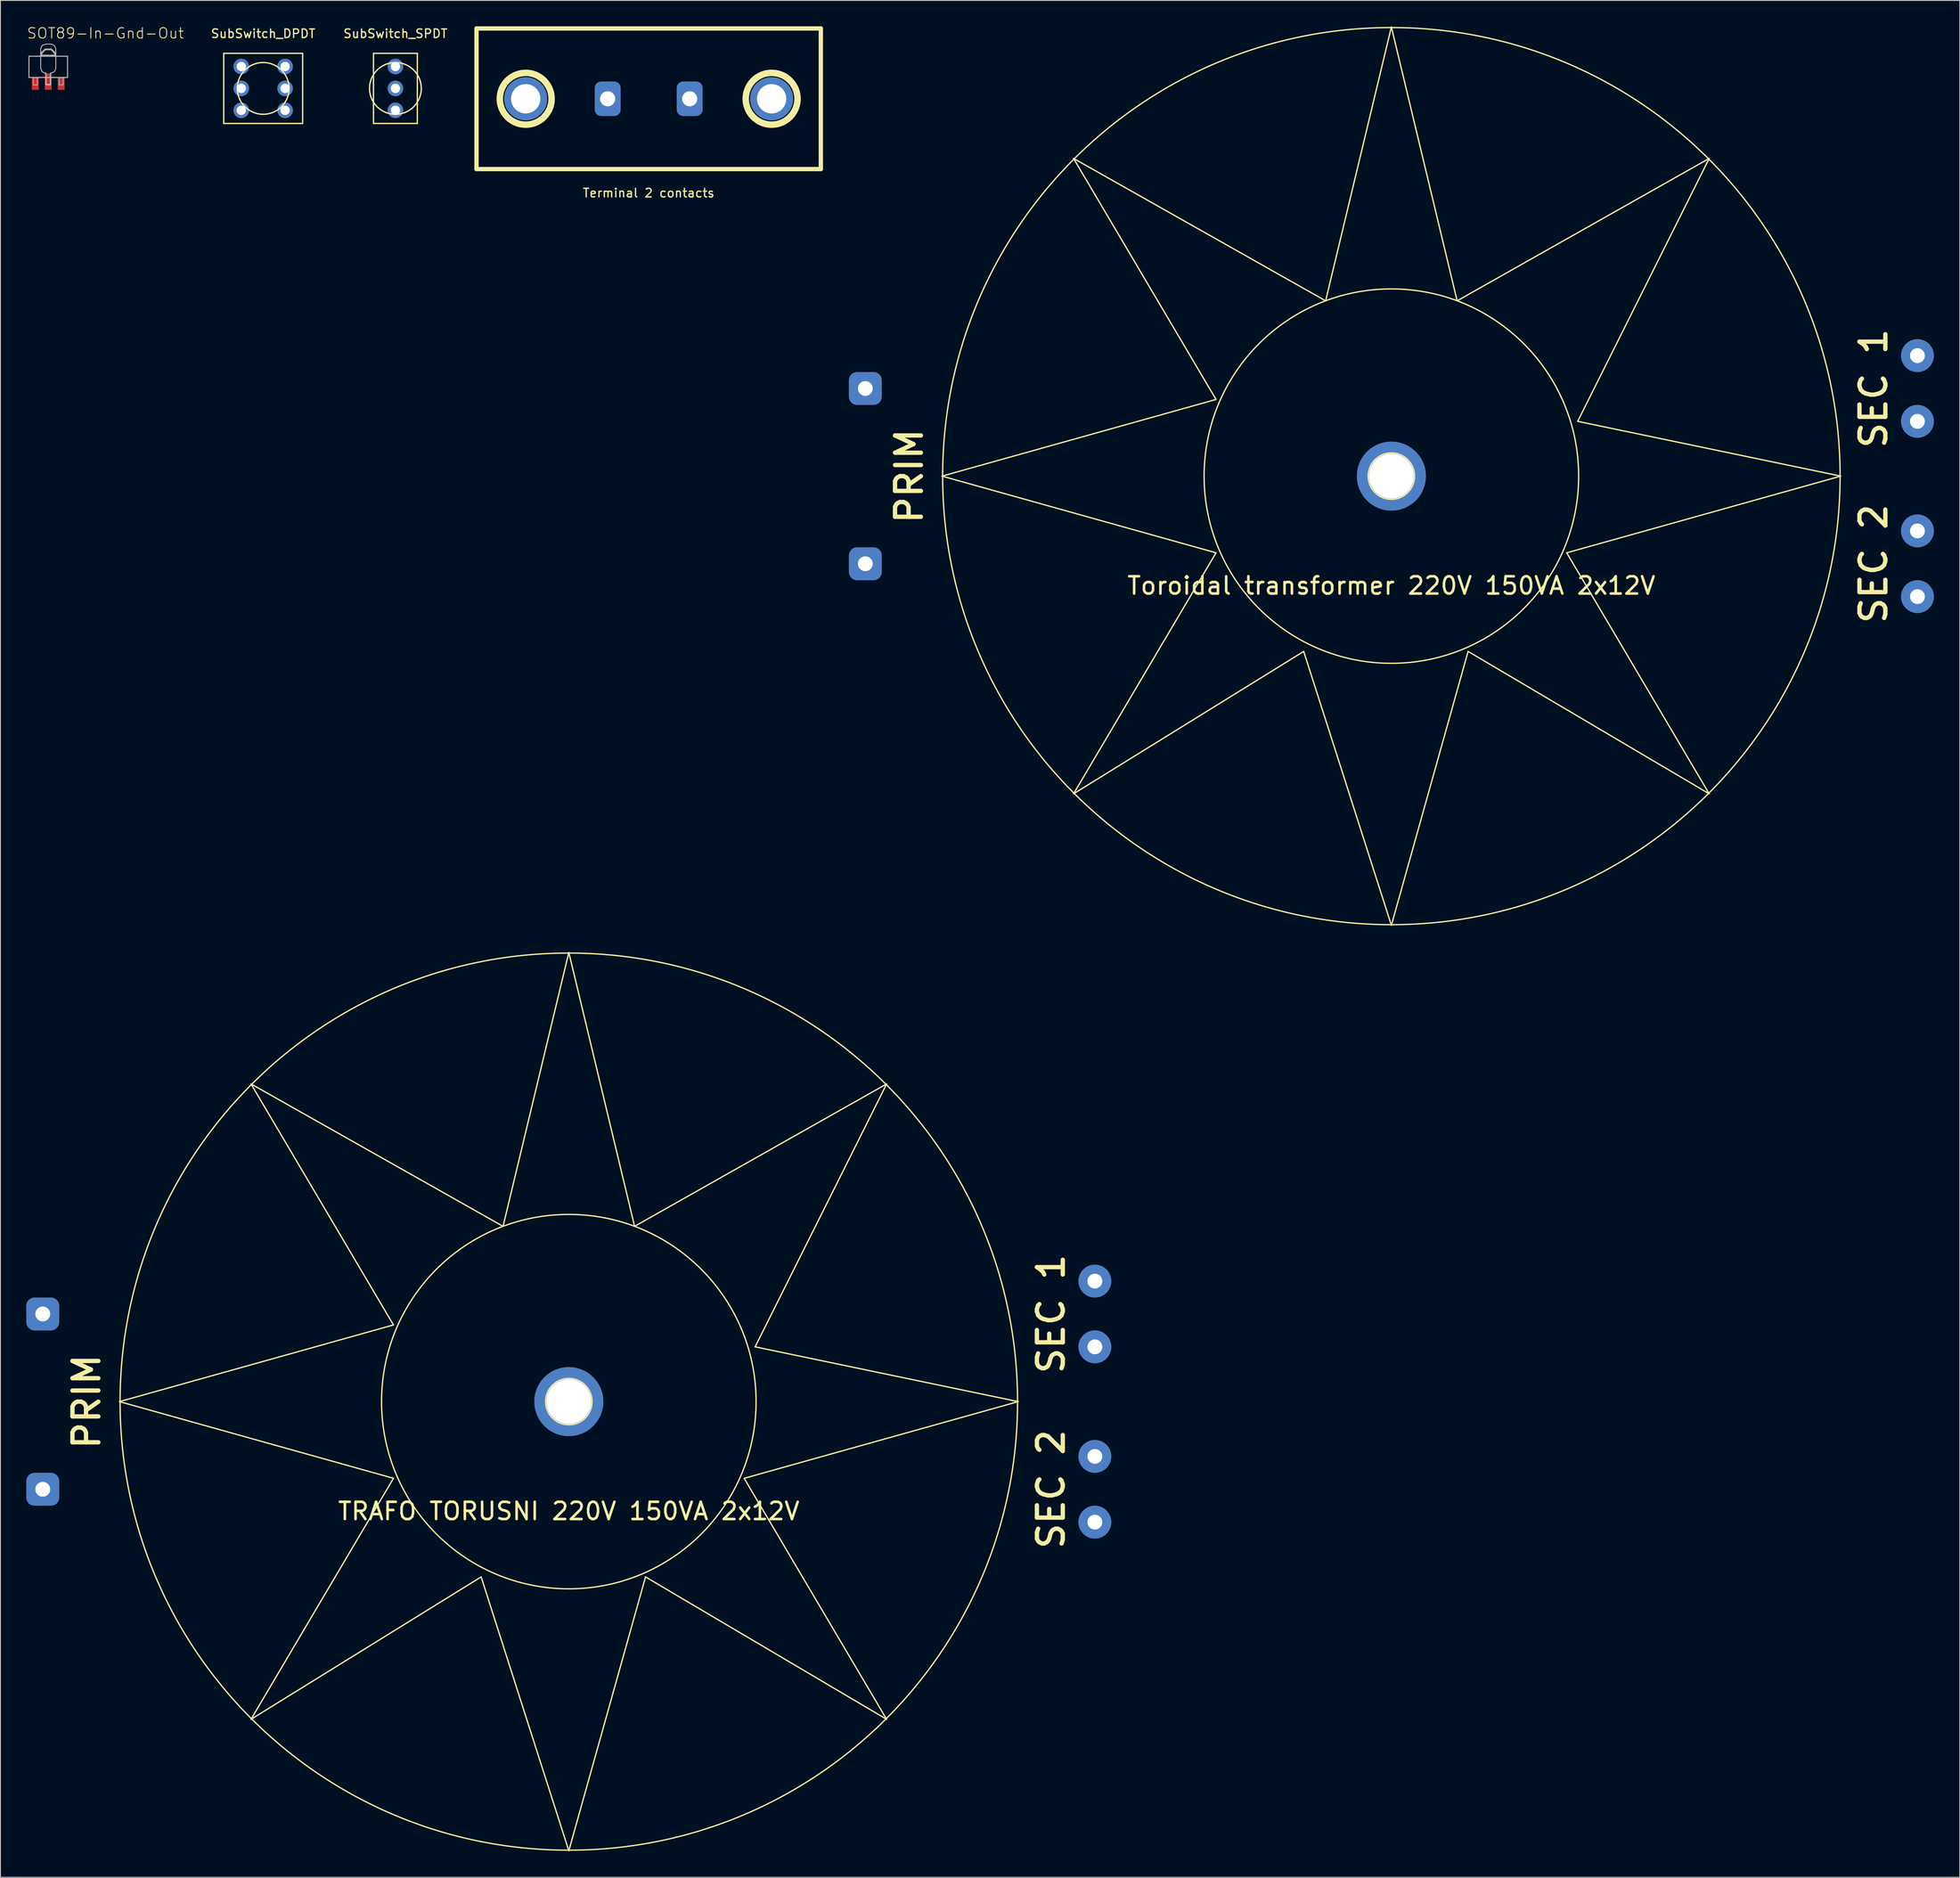
<source format=kicad_pcb>
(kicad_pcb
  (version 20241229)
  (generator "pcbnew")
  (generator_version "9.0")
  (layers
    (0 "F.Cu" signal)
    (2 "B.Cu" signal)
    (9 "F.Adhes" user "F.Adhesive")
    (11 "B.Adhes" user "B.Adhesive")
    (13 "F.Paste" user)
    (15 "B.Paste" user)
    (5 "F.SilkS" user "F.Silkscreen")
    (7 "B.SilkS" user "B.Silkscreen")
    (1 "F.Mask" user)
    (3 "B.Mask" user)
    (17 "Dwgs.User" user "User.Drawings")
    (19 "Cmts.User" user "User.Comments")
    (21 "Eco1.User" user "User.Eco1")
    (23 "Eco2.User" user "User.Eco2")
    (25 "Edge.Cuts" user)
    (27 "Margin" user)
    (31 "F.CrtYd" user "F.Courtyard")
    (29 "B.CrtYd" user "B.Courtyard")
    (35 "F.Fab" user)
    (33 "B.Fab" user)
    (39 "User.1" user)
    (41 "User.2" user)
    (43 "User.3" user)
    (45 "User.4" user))
  (footprint "Toroidal transformer 220V 150VA 2x12V"
    (layer "F.Cu")
    (at 158.184 52.145)
    (property "Reference" "Toroidal transformer 220V 150VA 2x12V" (at 0 12.7 0) (layer "F.SilkS") (effects (font (size 2 2) (thickness 0.3))))
    (attr through_hole)
    (fp_line (start -52.07 0) (end -20.32 8.89) (stroke (width 0.15) (type solid)) (layer "F.SilkS"))
    (fp_line (start -36.83 -36.83) (end -20.32 -8.89) (stroke (width 0.15) (type solid)) (layer "F.SilkS"))
    (fp_line (start -36.83 36.83) (end -10.16 20.32) (stroke (width 0.15) (type solid)) (layer "F.SilkS"))
    (fp_line (start -20.32 -8.89) (end -52.07 0) (stroke (width 0.15) (type solid)) (layer "F.SilkS"))
    (fp_line (start -20.32 8.89) (end -36.83 36.83) (stroke (width 0.15) (type solid)) (layer "F.SilkS"))
    (fp_line (start -10.16 20.32) (end 0 52.07) (stroke (width 0.15) (type solid)) (layer "F.SilkS"))
    (fp_line (start -7.62 -20.32) (end -36.83 -36.83) (stroke (width 0.15) (type solid)) (layer "F.SilkS"))
    (fp_line (start 0 -52.07) (end -7.62 -20.32) (stroke (width 0.15) (type solid)) (layer "F.SilkS"))
    (fp_line (start 0 52.07) (end 8.89 20.32) (stroke (width 0.15) (type solid)) (layer "F.SilkS"))
    (fp_line (start 7.62 -20.32) (end 0 -52.07) (stroke (width 0.15) (type solid)) (layer "F.SilkS"))
    (fp_line (start 8.89 20.32) (end 36.83 36.83) (stroke (width 0.15) (type solid)) (layer "F.SilkS"))
    (fp_line (start 20.32 8.89) (end 52.07 0) (stroke (width 0.15) (type solid)) (layer "F.SilkS"))
    (fp_line (start 21.59 -6.35) (end 36.83 -36.83) (stroke (width 0.15) (type solid)) (layer "F.SilkS"))
    (fp_line (start 36.83 -36.83) (end 7.62 -20.32) (stroke (width 0.15) (type solid)) (layer "F.SilkS"))
    (fp_line (start 36.83 36.83) (end 20.32 8.89) (stroke (width 0.15) (type solid)) (layer "F.SilkS"))
    (fp_line (start 52.07 0) (end 21.59 -6.35) (stroke (width 0.15) (type solid)) (layer "F.SilkS"))
    (fp_circle (center 0 0) (end 1.905 -1.905) (stroke (width 0.15) (type solid)) (fill no) (layer "F.SilkS"))
    (fp_circle (center 0 0) (end 20.32 -7.62) (stroke (width 0.15) (type solid)) (fill no) (layer "F.SilkS"))
    (fp_circle (center 0 0) (end 52 0) (stroke (width 0.15) (type solid)) (fill no) (layer "F.SilkS"))
    (fp_text user "SEC 1" (at 55.88 -10.16 90) (layer "F.SilkS") (effects (font (size 3 3) (thickness 0.5))))
    (fp_text user "SEC 2" (at 55.88 10.16 90) (layer "F.SilkS") (effects (font (size 3 3) (thickness 0.5))))
    (fp_text user "PRIM" (at -55.88 0 90) (layer "F.SilkS") (effects (font (size 3 3) (thickness 0.5))))
    (pad "" np_thru_hole circle (at 0 0) (size 8 8) (drill 5.2) (layers "*.Cu" "*.Mask"))
    (pad "1" thru_hole roundrect (at -60.96 -10.16) (size 3.81 3.81) (drill 1.72) (layers "*.Cu" "*.Mask") (roundrect_rratio 0.25))
    (pad "2" thru_hole roundrect (at -60.96 10.16) (size 3.81 3.81) (drill 1.72) (layers "*.Cu" "*.Mask") (roundrect_rratio 0.25))
    (pad "3" thru_hole circle (at 60.96 -13.97) (size 3.81 3.81) (drill 1.72) (layers "*.Cu" "*.Mask"))
    (pad "4" thru_hole circle (at 60.96 -6.35) (size 3.81 3.81) (drill 1.72) (layers "*.Cu" "*.Mask"))
    (pad "5" thru_hole circle (at 60.96 6.35) (size 3.81 3.81) (drill 1.72) (layers "*.Cu" "*.Mask"))
    (pad "6" thru_hole circle (at 60.96 13.97) (size 3.81 3.81) (drill 1.72) (layers "*.Cu" "*.Mask")))
  (footprint "SubSwitch_DPDT"
    (layer "F.Cu")
    (at 27.449 7.198)
    (property "Reference" "SubSwitch_DPDT" (at 0 -6.35 0) (layer "F.SilkS") (effects (font (size 1 1) (thickness 0.15))))
    (attr through_hole)
    (fp_line (start -4.57 -4.065) (end -4.57 4.065) (stroke (width 0.15) (type solid)) (layer "F.SilkS"))
    (fp_line (start -4.57 -4.065) (end 4.57 -4.065) (stroke (width 0.15) (type solid)) (layer "F.SilkS"))
    (fp_line (start -4.57 4.065) (end 4.57 4.065) (stroke (width 0.15) (type solid)) (layer "F.SilkS"))
    (fp_line (start 4.57 -4.065) (end 4.57 4.065) (stroke (width 0.15) (type solid)) (layer "F.SilkS"))
    (fp_circle (center 0 0) (end 3 0) (stroke (width 0.15) (type solid)) (fill no) (layer "F.SilkS"))
    (pad "1" thru_hole circle (at -2.54 2.54) (size 1.8 1.8) (drill 1.09) (layers "*.Cu" "*.Mask"))
    (pad "2" thru_hole circle (at -2.54 0) (size 1.8 1.8) (drill 1.09) (layers "*.Cu" "*.Mask"))
    (pad "3" thru_hole circle (at -2.54 -2.54) (size 1.8 1.8) (drill 1.09) (layers "*.Cu" "*.Mask"))
    (pad "4" thru_hole circle (at 2.54 2.54) (size 1.8 1.8) (drill 1.09) (layers "*.Cu" "*.Mask"))
    (pad "5" thru_hole circle (at 2.54 0) (size 1.8 1.8) (drill 1.09) (layers "*.Cu" "*.Mask"))
    (pad "6" thru_hole circle (at 2.54 -2.54) (size 1.8 1.8) (drill 1.09) (layers "*.Cu" "*.Mask")))
  (footprint "TRAFO TORUSNI 220V 150VA 2x12V"
    (layer "F.Cu")
    (at 62.865 159.435)
    (property "Reference" "TRAFO TORUSNI 220V 150VA 2x12V" (at 0 12.7 0) (layer "F.SilkS") (effects (font (size 2 2) (thickness 0.3))))
    (attr through_hole)
    (fp_line (start -52.07 0) (end -20.32 8.89) (stroke (width 0.15) (type solid)) (layer "F.SilkS"))
    (fp_line (start -36.83 -36.83) (end -20.32 -8.89) (stroke (width 0.15) (type solid)) (layer "F.SilkS"))
    (fp_line (start -36.83 36.83) (end -10.16 20.32) (stroke (width 0.15) (type solid)) (layer "F.SilkS"))
    (fp_line (start -20.32 -8.89) (end -52.07 0) (stroke (width 0.15) (type solid)) (layer "F.SilkS"))
    (fp_line (start -20.32 8.89) (end -36.83 36.83) (stroke (width 0.15) (type solid)) (layer "F.SilkS"))
    (fp_line (start -10.16 20.32) (end 0 52.07) (stroke (width 0.15) (type solid)) (layer "F.SilkS"))
    (fp_line (start -7.62 -20.32) (end -36.83 -36.83) (stroke (width 0.15) (type solid)) (layer "F.SilkS"))
    (fp_line (start 0 -52.07) (end -7.62 -20.32) (stroke (width 0.15) (type solid)) (layer "F.SilkS"))
    (fp_line (start 0 52.07) (end 8.89 20.32) (stroke (width 0.15) (type solid)) (layer "F.SilkS"))
    (fp_line (start 7.62 -20.32) (end 0 -52.07) (stroke (width 0.15) (type solid)) (layer "F.SilkS"))
    (fp_line (start 8.89 20.32) (end 36.83 36.83) (stroke (width 0.15) (type solid)) (layer "F.SilkS"))
    (fp_line (start 20.32 8.89) (end 52.07 0) (stroke (width 0.15) (type solid)) (layer "F.SilkS"))
    (fp_line (start 21.59 -6.35) (end 36.83 -36.83) (stroke (width 0.15) (type solid)) (layer "F.SilkS"))
    (fp_line (start 36.83 -36.83) (end 7.62 -20.32) (stroke (width 0.15) (type solid)) (layer "F.SilkS"))
    (fp_line (start 36.83 36.83) (end 20.32 8.89) (stroke (width 0.15) (type solid)) (layer "F.SilkS"))
    (fp_line (start 52.07 0) (end 21.59 -6.35) (stroke (width 0.15) (type solid)) (layer "F.SilkS"))
    (fp_circle (center 0 0) (end 1.905 -1.905) (stroke (width 0.15) (type solid)) (fill no) (layer "F.SilkS"))
    (fp_circle (center 0 0) (end 20.32 -7.62) (stroke (width 0.15) (type solid)) (fill no) (layer "F.SilkS"))
    (fp_circle (center 0 0) (end 52 0) (stroke (width 0.15) (type solid)) (fill no) (layer "F.SilkS"))
    (fp_text user "SEC 2" (at 55.88 10.16 90) (layer "F.SilkS") (effects (font (size 3 3) (thickness 0.5))))
    (fp_text user "PRIM" (at -55.88 0 90) (layer "F.SilkS") (effects (font (size 3 3) (thickness 0.5))))
    (fp_text user "SEC 1" (at 55.88 -10.16 90) (layer "F.SilkS") (effects (font (size 3 3) (thickness 0.5))))
    (pad "" np_thru_hole circle (at 0 0) (size 8 8) (drill 5.2) (layers "*.Cu" "*.Mask"))
    (pad "1" thru_hole roundrect (at -60.96 -10.16) (size 3.81 3.81) (drill 1.72) (layers "*.Cu" "*.Mask") (roundrect_rratio 0.25))
    (pad "2" thru_hole roundrect (at -60.96 10.16) (size 3.81 3.81) (drill 1.72) (layers "*.Cu" "*.Mask") (roundrect_rratio 0.25))
    (pad "3" thru_hole circle (at 60.96 -13.97) (size 3.81 3.81) (drill 1.72) (layers "*.Cu" "*.Mask"))
    (pad "4" thru_hole circle (at 60.96 -6.35) (size 3.81 3.81) (drill 1.72) (layers "*.Cu" "*.Mask"))
    (pad "5" thru_hole circle (at 60.96 6.35) (size 3.81 3.81) (drill 1.72) (layers "*.Cu" "*.Mask"))
    (pad "6" thru_hole circle (at 60.96 13.97) (size 3.81 3.81) (drill 1.72) (layers "*.Cu" "*.Mask")))
  (footprint "SubSwitch_SPDT"
    (layer "F.Cu")
    (at 42.77 7.198)
    (property "Reference" "SubSwitch_SPDT" (at 0 -6.35 0) (layer "F.SilkS") (effects (font (size 1 1) (thickness 0.15))))
    (attr through_hole)
    (fp_line (start -2.54 -4.065) (end 2.54 -4.065) (stroke (width 0.15) (type solid)) (layer "F.SilkS"))
    (fp_line (start -2.54 4.065) (end -2.54 -4.065) (stroke (width 0.15) (type solid)) (layer "F.SilkS"))
    (fp_line (start -2.54 4.065) (end 2.54 4.065) (stroke (width 0.15) (type solid)) (layer "F.SilkS"))
    (fp_line (start 2.54 4.065) (end 2.54 -4.065) (stroke (width 0.15) (type solid)) (layer "F.SilkS"))
    (fp_circle (center 0 0) (end 3 0) (stroke (width 0.15) (type solid)) (fill no) (layer "F.SilkS"))
    (pad "1" thru_hole circle (at 0 2.54) (size 1.8 1.8) (drill 1.09) (layers "*.Cu" "*.Mask"))
    (pad "2" thru_hole circle (at 0 0) (size 1.8 1.8) (drill 1.09) (layers "*.Cu" "*.Mask"))
    (pad "3" thru_hole circle (at 0 -2.54) (size 1.8 1.8) (drill 1.09) (layers "*.Cu" "*.Mask")))
  (footprint "Terminal 2 contacts"
    (layer "F.Cu")
    (at 72.119 8.4)
    (property "Reference" "Terminal 2 contacts" (at 0 10.922 0) (layer "F.SilkS") (effects (font (size 1 1) (thickness 0.15))))
    (attr through_hole)
    (fp_line (start -19.95 -8.15) (end -19.95 8.15) (stroke (width 0.5) (type solid)) (layer "F.SilkS"))
    (fp_line (start -19.95 -8.15) (end 19.95 -8.15) (stroke (width 0.5) (type solid)) (layer "F.SilkS"))
    (fp_line (start -19.95 8.15) (end 19.95 8.15) (stroke (width 0.5) (type solid)) (layer "F.SilkS"))
    (fp_line (start 19.95 -8.15) (end 19.95 8.15) (stroke (width 0.5) (type solid)) (layer "F.SilkS"))
    (fp_circle (center -14.25 0) (end -11.25 0) (stroke (width 0.75) (type solid)) (fill no) (layer "F.SilkS"))
    (fp_circle (center 14.25 0) (end 17.25 0) (stroke (width 0.75) (type solid)) (fill no) (layer "F.SilkS"))
    (pad "" np_thru_hole circle (at -14.25 0) (size 5 5) (drill 3.4) (layers "*.Cu" "*.Mask"))
    (pad "" np_thru_hole circle (at 14.25 0) (size 5 5) (drill 3.4) (layers "*.Cu" "*.Mask"))
    (pad "1" thru_hole roundrect (at -4.75 0) (size 3 4) (drill 1.75) (layers "*.Cu" "*.Mask") (roundrect_rratio 0.25))
    (pad "2" thru_hole roundrect (at 4.75 0) (size 3 4) (drill 1.75) (layers "*.Cu" "*.Mask") (roundrect_rratio 0.25)))
  (footprint "SOT89-In-Gnd-Out"
    (layer "F.Cu")
    (at 2.54 4.686)
    (property "Reference" "SOT89-In-Gnd-Out" (at -2.54 -3.175 0) (layer "F.SilkS") (effects (font (size 1.206 1.206) (thickness 0.102)) (justify left bottom)))
    (attr through_hole)
    (fp_poly (pts (xy -0.5 2.78) (xy 0.5 2.78) (xy 0.5 1.18) (xy -0.5 1.18)) (stroke (width 0) (type solid)) (fill yes) (layer "F.Mask"))
    (fp_poly (pts (xy -0.275 -2.025) (xy -0.275 0.15) (xy 0.25 0.15) (xy 0.25 -2.025)) (stroke (width 0) (type solid)) (fill yes) (layer "F.Mask"))
    (fp_poly (pts (xy -0.4 2.68) (xy 0.4 2.68) (xy 0.4 1.28) (xy -0.4 1.28)) (stroke (width 0) (type solid)) (fill yes) (layer "F.Paste"))
    (fp_poly (pts (xy -0.25 -2.05) (xy 0.275 -2.05) (xy 0.275 0.125) (xy -0.25 0.125)) (stroke (width 0) (type solid)) (fill yes) (layer "F.Paste"))
    (fp_poly (pts (xy 0.25 2.05) (xy -0.25 2.05) (xy -0.25 0.75) (xy -0.25 0.75) (xy -0.443 0.719) (xy -0.617 0.631) (xy -0.756 0.492) (xy -0.875 0.125) (xy -0.875 -2.05) (xy -0.833 -2.237) (xy -0.736 -2.403) (xy -0.592 -2.53) (xy -0.225 -2.625) (xy 0.25 -2.625) (xy 0.25 -2.625) (xy 0.44 -2.599) (xy 0.612 -2.515) (xy 0.751 -2.383) (xy 0.841 -2.214) (xy 0.875 -2.025) (xy 0.875 0.125) (xy 0.875 0.125) (xy 0.844 0.318) (xy 0.756 0.492) (xy 0.617 0.631) (xy 0.25 0.75)) (stroke (width 0.1) (type solid)) (fill no) (layer "Dwgs.User"))
    (fp_line (start -2.235 -1.219) (end 2.235 -1.219) (stroke (width 0.127) (type solid)) (layer "F.Fab"))
    (fp_line (start -2.235 1.245) (end -2.235 -1.219) (stroke (width 0.127) (type solid)) (layer "F.Fab"))
    (fp_line (start -0.787 -1.575) (end -0.356 -2.007) (stroke (width 0.2) (type solid)) (layer "F.Fab"))
    (fp_line (start -0.787 -1.295) (end -0.787 -1.575) (stroke (width 0.2) (type solid)) (layer "F.Fab"))
    (fp_line (start -0.356 -2.007) (end 0.356 -2.007) (stroke (width 0.2) (type solid)) (layer "F.Fab"))
    (fp_line (start 0.356 -2.007) (end 0.787 -1.575) (stroke (width 0.2) (type solid)) (layer "F.Fab"))
    (fp_line (start 0.787 -1.575) (end 0.787 -1.295) (stroke (width 0.2) (type solid)) (layer "F.Fab"))
    (fp_line (start 0.787 -1.295) (end -0.787 -1.295) (stroke (width 0.2) (type solid)) (layer "F.Fab"))
    (fp_line (start 2.235 -1.219) (end 2.235 1.245) (stroke (width 0.127) (type solid)) (layer "F.Fab"))
    (fp_line (start 2.235 1.245) (end -2.235 1.245) (stroke (width 0.127) (type solid)) (layer "F.Fab"))
    (fp_poly (pts (xy -1.727 2.108) (xy -1.27 2.108) (xy -1.27 1.27) (xy -1.727 1.27)) (stroke (width 0.1) (type solid)) (fill no) (layer "F.Fab"))
    (fp_poly (pts (xy -0.279 2.108) (xy 0.279 2.108) (xy 0.279 1.27) (xy -0.279 1.27)) (stroke (width 0.1) (type solid)) (fill no) (layer "F.Fab"))
    (fp_poly (pts (xy 1.27 2.108) (xy 1.727 2.108) (xy 1.727 1.27) (xy 1.27 1.27)) (stroke (width 0.1) (type solid)) (fill no) (layer "F.Fab"))
    (fp_poly (pts (xy -0.787 -1.321) (xy -0.787 -1.575) (xy -0.356 -2.007) (xy 0.305 -2.007) (xy 0.356 -2.007) (xy 0.787 -1.575) (xy 0.787 -1.295) (xy -0.787 -1.295)) (stroke (width 0.1) (type solid)) (fill no) (layer "F.Fab"))
    (pad "1" smd rect (at 1.499 1.981) (size 0.8 1.4) (layers "F.Cu" "F.Mask" "F.Paste"))
    (pad "2" smd rect (at 0 1.727) (size 0.8 1.9) (layers "F.Cu" "F.Mask"))
    (pad "3" smd rect (at -1.499 1.981) (size 0.8 1.4) (layers "F.Cu" "F.Mask" "F.Paste")))
  (gr_rect
    (start -3 -3)
    (end 224.049 214.58)
    (stroke (width 0.1) (type default))
    (fill no)
    (layer "Edge.Cuts")))
</source>
